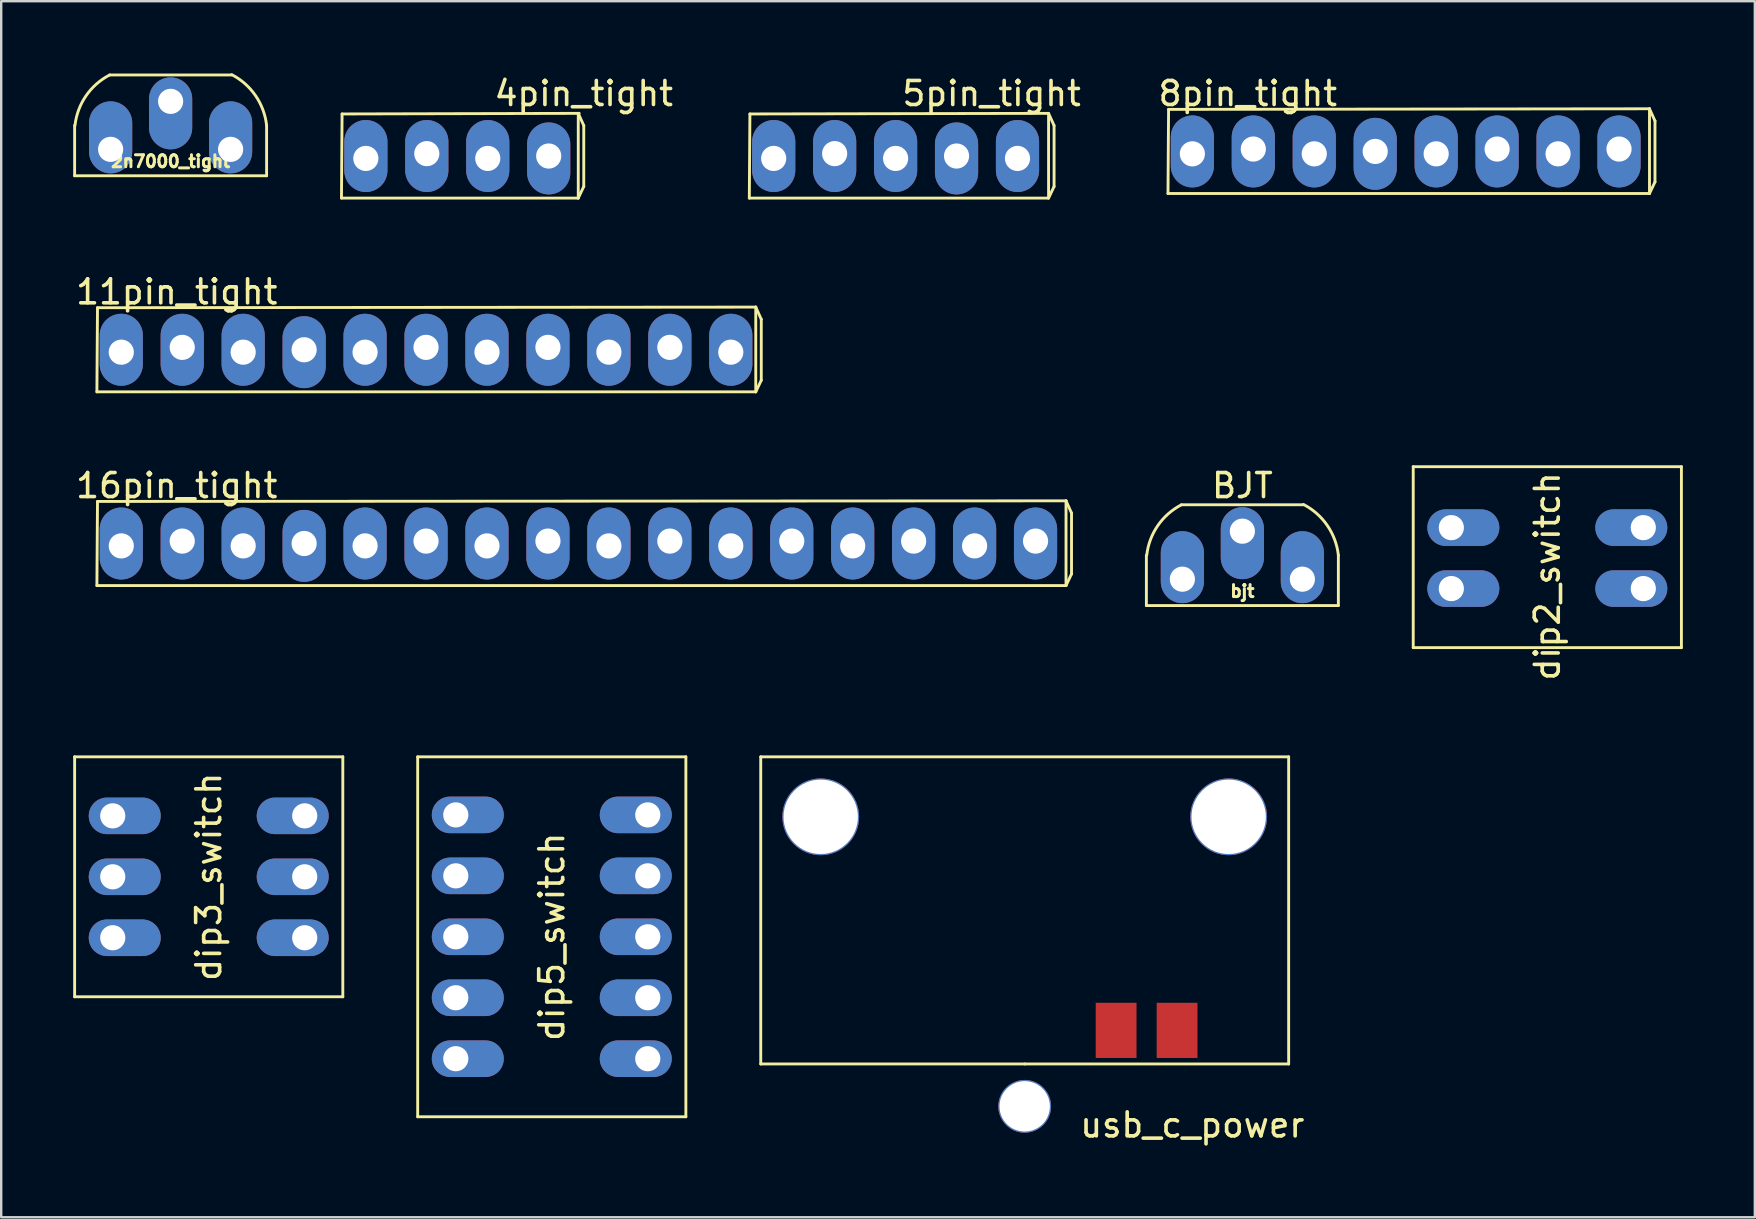
<source format=kicad_pcb>
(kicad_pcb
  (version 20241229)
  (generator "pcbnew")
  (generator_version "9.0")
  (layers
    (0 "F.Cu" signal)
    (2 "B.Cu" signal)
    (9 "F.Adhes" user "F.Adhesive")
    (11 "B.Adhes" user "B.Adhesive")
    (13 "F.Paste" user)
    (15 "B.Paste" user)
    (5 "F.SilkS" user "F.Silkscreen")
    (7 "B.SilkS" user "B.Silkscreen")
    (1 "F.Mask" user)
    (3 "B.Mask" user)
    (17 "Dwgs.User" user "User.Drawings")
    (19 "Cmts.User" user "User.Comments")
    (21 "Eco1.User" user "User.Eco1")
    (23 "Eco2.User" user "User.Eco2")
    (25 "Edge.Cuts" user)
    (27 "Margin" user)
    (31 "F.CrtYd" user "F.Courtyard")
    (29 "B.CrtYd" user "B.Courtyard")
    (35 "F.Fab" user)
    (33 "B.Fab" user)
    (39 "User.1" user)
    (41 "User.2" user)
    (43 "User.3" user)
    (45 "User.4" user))
  (footprint "11pin_tight"
    (layer "F.Cu")
    (at 2.004 11.526)
    (property "Reference" "11pin_tight" (at 2.311 -2.413 0) (layer "F.SilkS") (effects (font (size 1 1) (thickness 0.15))))
    (attr through_hole)
    (fp_line (start -1.016 1.753) (end -0.991 -1.753) (stroke (width 0.12) (type solid)) (layer "F.SilkS"))
    (fp_line (start -0.991 -1.753) (end 26.441 -1.778) (stroke (width 0.12) (type solid)) (layer "F.SilkS"))
    (fp_line (start 26.441 -1.778) (end 26.441 1.753) (stroke (width 0.12) (type solid)) (layer "F.SilkS"))
    (fp_line (start 26.441 1.753) (end -1.016 1.753) (stroke (width 0.12) (type solid)) (layer "F.SilkS"))
    (fp_line (start 26.67 -1.27) (end 26.441 -1.778) (stroke (width 0.12) (type solid)) (layer "F.SilkS"))
    (fp_line (start 26.67 -1.27) (end 26.67 1.27) (stroke (width 0.12) (type solid)) (layer "F.SilkS"))
    (fp_line (start 26.67 1.27) (end 26.441 1.753) (stroke (width 0.12) (type solid)) (layer "F.SilkS"))
    (pad "1" thru_hole oval (at 0 0.1) (size 1.8 3) (drill 1.05 (offset 0 -0.1)) (layers "*.Cu" "*.Mask"))
    (pad "2" thru_hole oval (at 2.54 -0.1) (size 1.8 3) (drill 1.05 (offset 0 0.1)) (layers "*.Cu" "*.Mask"))
    (pad "3" thru_hole oval (at 5.08 0.1) (size 1.8 3) (drill 1.05 (offset 0 -0.1)) (layers "*.Cu" "*.Mask"))
    (pad "4" thru_hole oval (at 7.62 0) (size 1.8 3) (drill 1.05 (offset 0 0.1)) (layers "*.Cu" "*.Mask"))
    (pad "5" thru_hole oval (at 10.16 0.1) (size 1.8 3) (drill 1.05 (offset 0 -0.1)) (layers "*.Cu" "*.Mask"))
    (pad "6" thru_hole oval (at 12.7 -0.1) (size 1.8 3) (drill 1.05 (offset 0 0.1)) (layers "*.Cu" "*.Mask"))
    (pad "7" thru_hole oval (at 15.24 0.1) (size 1.8 3) (drill 1.05 (offset 0 -0.1)) (layers "*.Cu" "*.Mask"))
    (pad "8" thru_hole oval (at 17.78 -0.1) (size 1.8 3) (drill 1.05 (offset 0 0.1)) (layers "*.Cu" "*.Mask"))
    (pad "9" thru_hole oval (at 20.32 0.1) (size 1.8 3) (drill 1.05 (offset 0 -0.1)) (layers "*.Cu" "*.Mask"))
    (pad "10" thru_hole oval (at 22.86 -0.1) (size 1.8 3) (drill 1.05 (offset 0 0.1)) (layers "*.Cu" "*.Mask"))
    (pad "11" thru_hole oval (at 25.4 0.1) (size 1.8 3) (drill 1.05 (offset 0 -0.1)) (layers "*.Cu" "*.Mask")))
  (footprint "4pin_tight"
    (layer "F.Cu")
    (at 12.196 3.452)
    (property "Reference" "4pin_tight" (at 9.081 -2.603 0) (layer "F.SilkS") (effects (font (size 1 1) (thickness 0.15))))
    (attr through_hole)
    (fp_line (start -1.016 1.753) (end -0.991 -1.753) (stroke (width 0.12) (type solid)) (layer "F.SilkS"))
    (fp_line (start -0.991 -1.753) (end 8.89 -1.778) (stroke (width 0.12) (type solid)) (layer "F.SilkS"))
    (fp_line (start 8.852 -1.778) (end 8.852 1.753) (stroke (width 0.12) (type solid)) (layer "F.SilkS"))
    (fp_line (start 8.852 1.753) (end -1.016 1.753) (stroke (width 0.12) (type solid)) (layer "F.SilkS"))
    (fp_line (start 9.081 -1.27) (end 8.852 -1.778) (stroke (width 0.12) (type solid)) (layer "F.SilkS"))
    (fp_line (start 9.081 -1.27) (end 9.081 1.27) (stroke (width 0.12) (type solid)) (layer "F.SilkS"))
    (fp_line (start 9.081 1.27) (end 8.852 1.753) (stroke (width 0.12) (type solid)) (layer "F.SilkS"))
    (pad "1" thru_hole oval (at 0 0.1) (size 1.8 3) (drill 1.05 (offset 0 -0.1)) (layers "*.Cu" "*.Mask"))
    (pad "2" thru_hole oval (at 2.54 -0.1) (size 1.8 3) (drill 1.05 (offset 0 0.1)) (layers "*.Cu" "*.Mask"))
    (pad "3" thru_hole oval (at 5.08 0.1) (size 1.8 3) (drill 1.05 (offset 0 -0.1)) (layers "*.Cu" "*.Mask"))
    (pad "4" thru_hole oval (at 7.62 0) (size 1.8 3) (drill 1.05 (offset 0 0.1)) (layers "*.Cu" "*.Mask")))
  (footprint "5pin_tight"
    (layer "F.Cu")
    (at 29.192 3.452)
    (property "Reference" "5pin_tight" (at 9.081 -2.603 0) (layer "F.SilkS") (effects (font (size 1 1) (thickness 0.15))))
    (attr through_hole)
    (fp_line (start -1.016 1.753) (end -0.991 -1.753) (stroke (width 0.12) (type solid)) (layer "F.SilkS"))
    (fp_line (start -0.991 -1.753) (end 11.43 -1.778) (stroke (width 0.12) (type solid)) (layer "F.SilkS"))
    (fp_line (start 11.43 1.753) (end -1.016 1.753) (stroke (width 0.12) (type solid)) (layer "F.SilkS"))
    (fp_line (start 11.455 -1.778) (end 11.455 1.753) (stroke (width 0.12) (type solid)) (layer "F.SilkS"))
    (fp_line (start 11.684 -1.27) (end 11.455 -1.778) (stroke (width 0.12) (type solid)) (layer "F.SilkS"))
    (fp_line (start 11.684 -1.27) (end 11.684 1.27) (stroke (width 0.12) (type solid)) (layer "F.SilkS"))
    (fp_line (start 11.684 1.27) (end 11.455 1.753) (stroke (width 0.12) (type solid)) (layer "F.SilkS"))
    (pad "1" thru_hole oval (at 0 0.1) (size 1.8 3) (drill 1.05 (offset 0 -0.1)) (layers "*.Cu" "*.Mask"))
    (pad "2" thru_hole oval (at 2.54 -0.1) (size 1.8 3) (drill 1.05 (offset 0 0.1)) (layers "*.Cu" "*.Mask"))
    (pad "3" thru_hole oval (at 5.08 0.1) (size 1.8 3) (drill 1.05 (offset 0 -0.1)) (layers "*.Cu" "*.Mask"))
    (pad "4" thru_hole oval (at 7.62 0) (size 1.8 3) (drill 1.05 (offset 0 0.1)) (layers "*.Cu" "*.Mask"))
    (pad "5" thru_hole oval (at 10.16 0.1) (size 1.8 3) (drill 1.05 (offset 0 -0.1)) (layers "*.Cu" "*.Mask")))
  (footprint "8pin_tight"
    (layer "F.Cu")
    (at 46.639 3.261)
    (property "Reference" "8pin_tight" (at 2.311 -2.413 0) (layer "F.SilkS") (effects (font (size 1 1) (thickness 0.15))))
    (attr through_hole)
    (fp_line (start -1.016 1.753) (end -0.991 -1.753) (stroke (width 0.12) (type solid)) (layer "F.SilkS"))
    (fp_line (start -0.991 -1.753) (end 19.05 -1.778) (stroke (width 0.12) (type solid)) (layer "F.SilkS"))
    (fp_line (start 19.05 -1.778) (end 19.05 1.753) (stroke (width 0.12) (type solid)) (layer "F.SilkS"))
    (fp_line (start 19.05 1.753) (end -1.016 1.753) (stroke (width 0.12) (type solid)) (layer "F.SilkS"))
    (fp_line (start 19.279 -1.27) (end 19.05 -1.778) (stroke (width 0.12) (type solid)) (layer "F.SilkS"))
    (fp_line (start 19.279 -1.27) (end 19.279 1.27) (stroke (width 0.12) (type solid)) (layer "F.SilkS"))
    (fp_line (start 19.279 1.27) (end 19.05 1.753) (stroke (width 0.12) (type solid)) (layer "F.SilkS"))
    (pad "1" thru_hole oval (at 0 0.1) (size 1.8 3) (drill 1.05 (offset 0 -0.1)) (layers "*.Cu" "*.Mask"))
    (pad "2" thru_hole oval (at 2.54 -0.1) (size 1.8 3) (drill 1.05 (offset 0 0.1)) (layers "*.Cu" "*.Mask"))
    (pad "3" thru_hole oval (at 5.08 0.1) (size 1.8 3) (drill 1.05 (offset 0 -0.1)) (layers "*.Cu" "*.Mask"))
    (pad "4" thru_hole oval (at 7.62 0) (size 1.8 3) (drill 1.05 (offset 0 0.1)) (layers "*.Cu" "*.Mask"))
    (pad "5" thru_hole oval (at 10.16 0.1) (size 1.8 3) (drill 1.05 (offset 0 -0.1)) (layers "*.Cu" "*.Mask"))
    (pad "6" thru_hole oval (at 12.7 -0.1) (size 1.8 3) (drill 1.05 (offset 0 0.1)) (layers "*.Cu" "*.Mask"))
    (pad "7" thru_hole oval (at 15.24 0.1) (size 1.8 3) (drill 1.05 (offset 0 -0.1)) (layers "*.Cu" "*.Mask"))
    (pad "8" thru_hole oval (at 17.78 -0.1) (size 1.8 3) (drill 1.05 (offset 0 0.1)) (layers "*.Cu" "*.Mask")))
  (footprint "dip2_switch"
    (layer "F.Cu")
    (at 61.431 18.938)
    (property "Reference" "dip2_switch" (at 0 2.032 90) (layer "F.SilkS") (effects (font (size 1 1) (thickness 0.15))))
    (attr through_hole)
    (fp_line (start -5.588 -2.54) (end 5.588 -2.54) (stroke (width 0.12) (type solid)) (layer "F.SilkS"))
    (fp_line (start -5.588 5) (end -5.588 -2.54) (stroke (width 0.12) (type solid)) (layer "F.SilkS"))
    (fp_line (start 5.588 -2.54) (end 5.588 5) (stroke (width 0.12) (type solid)) (layer "F.SilkS"))
    (fp_line (start 5.588 5) (end -5.588 5) (stroke (width 0.12) (type solid)) (layer "F.SilkS"))
    (pad "1" thru_hole oval (at 4 2.54) (size 3 1.524) (drill 1.05 (offset -0.5 0)) (layers "*.Cu" "*.Mask"))
    (pad "2" thru_hole oval (at 4 0) (size 3 1.524) (drill 1.05 (offset -0.5 0)) (layers "*.Cu" "*.Mask"))
    (pad "3" thru_hole oval (at -4 0) (size 3 1.524) (drill 1.05 (offset 0.5 0)) (layers "*.Cu" "*.Mask"))
    (pad "4" thru_hole oval (at -4 2.54) (size 3 1.524) (drill 1.05 (offset 0.5 0)) (layers "*.Cu" "*.Mask")))
  (footprint "2n7000_tight"
    (layer "F.Cu")
    (at 4.06 2.174)
    (property "Reference" "2n7000_tight" (at 0 1.5 0) (layer "F.SilkS") (effects (font (size 0.5 0.5) (thickness 0.125))))
    (attr through_hole)
    (fp_line (start -4 2.1) (end -4 0) (stroke (width 0.12) (type solid)) (layer "F.SilkS"))
    (fp_line (start -2.54 -2.1) (end 2.54 -2.1) (stroke (width 0.12) (type solid)) (layer "F.SilkS"))
    (fp_line (start 4 0) (end 4 2.1) (stroke (width 0.12) (type solid)) (layer "F.SilkS"))
    (fp_line (start 4 2.1) (end -4 2.1) (stroke (width 0.12) (type solid)) (layer "F.SilkS"))
    (fp_arc (start -3.984883 0.00168) (mid -3.526081 -1.23041) (end -2.539999 -2.099999) (stroke (width 0.12) (type solid)) (layer "F.SilkS"))
    (fp_arc (start 2.546981 -2.113512) (mid 3.538615 -1.239027) (end 4 0) (stroke (width 0.12) (type solid)) (layer "F.SilkS"))
    (pad "1" thru_hole oval (at -2.5 1) (size 1.8 3) (drill 1.05 (offset 0 -0.5)) (layers "*.Cu" "*.Mask"))
    (pad "2" thru_hole oval (at 0 -1) (size 1.8 3) (drill 1.05 (offset 0 0.5)) (layers "*.Cu" "*.Mask"))
    (pad "3" thru_hole oval (at 2.5 1) (size 1.8 3) (drill 1.05 (offset 0 -0.5)) (layers "*.Cu" "*.Mask")))
  (footprint "usb_c_power"
    (layer "F.Cu")
    (at 39.652 41.289)
    (property "Reference" "usb_c_power" (at 6.985 2.54 0) (layer "F.SilkS") (effects (font (size 1 1) (thickness 0.15))))
    (attr through_hole)
    (fp_line (start -11 -12.8) (end -11 0) (stroke (width 0.12) (type solid)) (layer "F.SilkS"))
    (fp_line (start 0 0) (end -11 0) (stroke (width 0.12) (type solid)) (layer "F.SilkS"))
    (fp_line (start 0 0) (end 11 0) (stroke (width 0.12) (type solid)) (layer "F.SilkS"))
    (fp_line (start 11 -12.8) (end -11 -12.8) (stroke (width 0.12) (type solid)) (layer "F.SilkS"))
    (fp_line (start 11 0) (end 11 -12.8) (stroke (width 0.12) (type solid)) (layer "F.SilkS"))
    (pad "" np_thru_hole circle (at -8.5 -10.3) (size 3.2 3.2) (drill 3.1) (layers "*.Cu" "*.Mask"))
    (pad "" np_thru_hole circle (at 0 1.765) (size 2.2 2.2) (drill 2.1) (layers "*.Cu" "*.Mask"))
    (pad "" np_thru_hole circle (at 8.5 -10.3) (size 3.2 3.2) (drill 3.1) (layers "*.Cu" "*.Mask"))
    (pad "5v" smd rect (at 6.35 -1.4) (size 1.7 2.3) (layers "F.Cu" "F.Mask" "F.Paste"))
    (pad "gnd" smd rect (at 3.81 -1.4) (size 1.7 2.3) (layers "F.Cu" "F.Mask" "F.Paste")))
  (footprint "dip5_switch"
    (layer "F.Cu")
    (at 19.944 35.989)
    (property "Reference" "dip5_switch" (at 0 0 90) (layer "F.SilkS") (effects (font (size 1 1) (thickness 0.15))))
    (attr through_hole)
    (fp_line (start -5.588 -7.5) (end 5.588 -7.5) (stroke (width 0.12) (type solid)) (layer "F.SilkS"))
    (fp_line (start -5.588 7.5) (end -5.588 -7.5) (stroke (width 0.12) (type solid)) (layer "F.SilkS"))
    (fp_line (start 5.588 -7.5) (end 5.588 7.5) (stroke (width 0.12) (type solid)) (layer "F.SilkS"))
    (fp_line (start 5.588 7.5) (end -5.588 7.5) (stroke (width 0.12) (type solid)) (layer "F.SilkS"))
    (pad "1" thru_hole oval (at 4 5.08) (size 3 1.524) (drill 1.05 (offset -0.5 0)) (layers "*.Cu" "*.Mask"))
    (pad "2" thru_hole oval (at 4 2.54) (size 3 1.524) (drill 1.05 (offset -0.5 0)) (layers "*.Cu" "*.Mask"))
    (pad "3" thru_hole oval (at 4 0) (size 3 1.524) (drill 1.05 (offset -0.5 0)) (layers "*.Cu" "*.Mask"))
    (pad "4" thru_hole oval (at 4 -2.54) (size 3 1.524) (drill 1.05 (offset -0.5 0)) (layers "*.Cu" "*.Mask"))
    (pad "5" thru_hole oval (at 4 -5.08) (size 3 1.524) (drill 1.05 (offset -0.5 0)) (layers "*.Cu" "*.Mask"))
    (pad "6" thru_hole oval (at -4 -5.08) (size 3 1.524) (drill 1.05 (offset 0.5 0)) (layers "*.Cu" "*.Mask"))
    (pad "7" thru_hole oval (at -4 -2.54) (size 3 1.524) (drill 1.05 (offset 0.5 0)) (layers "*.Cu" "*.Mask"))
    (pad "8" thru_hole oval (at -4 0) (size 3 1.524) (drill 1.05 (offset 0.5 0)) (layers "*.Cu" "*.Mask"))
    (pad "9" thru_hole oval (at -4 2.54) (size 3 1.524) (drill 1.05 (offset 0.5 0)) (layers "*.Cu" "*.Mask"))
    (pad "10" thru_hole oval (at -4 5.08) (size 3 1.524) (drill 1.05 (offset 0.5 0)) (layers "*.Cu" "*.Mask")))
  (footprint "bjt"
    (layer "F.Cu")
    (at 48.723 20.086)
    (property "Reference" "bjt" (at 0 1.5 0) (layer "F.SilkS") (effects (font (size 0.5 0.5) (thickness 0.125))))
    (attr through_hole)
    (fp_line (start -4 2.1) (end -4 0) (stroke (width 0.12) (type solid)) (layer "F.SilkS"))
    (fp_line (start -2.54 -2.1) (end 2.54 -2.1) (stroke (width 0.12) (type solid)) (layer "F.SilkS"))
    (fp_line (start 4 0) (end 4 2.1) (stroke (width 0.12) (type solid)) (layer "F.SilkS"))
    (fp_line (start 4 2.1) (end -4 2.1) (stroke (width 0.12) (type solid)) (layer "F.SilkS"))
    (fp_arc (start -3.984883 0.00168) (mid -3.526081 -1.23041) (end -2.539999 -2.099999) (stroke (width 0.12) (type solid)) (layer "F.SilkS"))
    (fp_arc (start 2.546981 -2.113512) (mid 3.538615 -1.239027) (end 4 0) (stroke (width 0.12) (type solid)) (layer "F.SilkS"))
    (fp_text user "BJT" (at 0 -2.9 0) (layer "F.SilkS") (effects (font (size 1 1) (thickness 0.15))))
    (pad "1" thru_hole oval (at -2.5 1) (size 1.8 3) (drill 1.05 (offset 0 -0.5)) (layers "*.Cu" "*.Mask"))
    (pad "2" thru_hole oval (at 0 -1) (size 1.8 3) (drill 1.05 (offset 0 0.5)) (layers "*.Cu" "*.Mask"))
    (pad "3" thru_hole oval (at 2.5 1) (size 1.8 3) (drill 1.05 (offset 0 -0.5)) (layers "*.Cu" "*.Mask")))
  (footprint "dip3_switch"
    (layer "F.Cu")
    (at 5.648 33.489)
    (property "Reference" "dip3_switch" (at 0 0 90) (layer "F.SilkS") (effects (font (size 1 1) (thickness 0.15))))
    (attr through_hole)
    (fp_line (start -5.588 -5) (end 5.588 -5) (stroke (width 0.12) (type solid)) (layer "F.SilkS"))
    (fp_line (start -5.588 5) (end -5.588 -5) (stroke (width 0.12) (type solid)) (layer "F.SilkS"))
    (fp_line (start 5.588 -5) (end 5.588 5) (stroke (width 0.12) (type solid)) (layer "F.SilkS"))
    (fp_line (start 5.588 5) (end -5.588 5) (stroke (width 0.12) (type solid)) (layer "F.SilkS"))
    (pad "1" thru_hole oval (at 4 2.54) (size 3 1.524) (drill 1.05 (offset -0.5 0)) (layers "*.Cu" "*.Mask"))
    (pad "2" thru_hole oval (at 4 0) (size 3 1.524) (drill 1.05 (offset -0.5 0)) (layers "*.Cu" "*.Mask"))
    (pad "3" thru_hole oval (at 4 -2.54) (size 3 1.524) (drill 1.05 (offset -0.5 0)) (layers "*.Cu" "*.Mask"))
    (pad "4" thru_hole oval (at -4 -2.54) (size 3 1.524) (drill 1.05 (offset 0.5 0)) (layers "*.Cu" "*.Mask"))
    (pad "5" thru_hole oval (at -4 0) (size 3 1.524) (drill 1.05 (offset 0.5 0)) (layers "*.Cu" "*.Mask"))
    (pad "6" thru_hole oval (at -4 2.54) (size 3 1.524) (drill 1.05 (offset 0.5 0)) (layers "*.Cu" "*.Mask")))
  (footprint "16pin_tight"
    (layer "F.Cu")
    (at 2.004 19.599)
    (property "Reference" "16pin_tight" (at 2.311 -2.413 0) (layer "F.SilkS") (effects (font (size 1 1) (thickness 0.15))))
    (attr through_hole)
    (fp_line (start -1.016 1.753) (end -0.991 -1.753) (stroke (width 0.12) (type solid)) (layer "F.SilkS"))
    (fp_line (start -0.991 -1.753) (end 39.37 -1.778) (stroke (width 0.12) (type solid)) (layer "F.SilkS"))
    (fp_line (start 39.37 -1.778) (end 39.37 1.753) (stroke (width 0.12) (type solid)) (layer "F.SilkS"))
    (fp_line (start 39.37 1.753) (end -1.016 1.753) (stroke (width 0.12) (type solid)) (layer "F.SilkS"))
    (fp_line (start 39.599 -1.27) (end 39.37 -1.778) (stroke (width 0.12) (type solid)) (layer "F.SilkS"))
    (fp_line (start 39.599 -1.27) (end 39.599 1.27) (stroke (width 0.12) (type solid)) (layer "F.SilkS"))
    (fp_line (start 39.599 1.27) (end 39.37 1.753) (stroke (width 0.12) (type solid)) (layer "F.SilkS"))
    (pad "1" thru_hole oval (at 0 0.1) (size 1.8 3) (drill 1.05 (offset 0 -0.1)) (layers "*.Cu" "*.Mask"))
    (pad "2" thru_hole oval (at 2.54 -0.1) (size 1.8 3) (drill 1.05 (offset 0 0.1)) (layers "*.Cu" "*.Mask"))
    (pad "3" thru_hole oval (at 5.08 0.1) (size 1.8 3) (drill 1.05 (offset 0 -0.1)) (layers "*.Cu" "*.Mask"))
    (pad "4" thru_hole oval (at 7.62 0) (size 1.8 3) (drill 1.05 (offset 0 0.1)) (layers "*.Cu" "*.Mask"))
    (pad "5" thru_hole oval (at 10.16 0.1) (size 1.8 3) (drill 1.05 (offset 0 -0.1)) (layers "*.Cu" "*.Mask"))
    (pad "6" thru_hole oval (at 12.7 -0.1) (size 1.8 3) (drill 1.05 (offset 0 0.1)) (layers "*.Cu" "*.Mask"))
    (pad "7" thru_hole oval (at 15.24 0.1) (size 1.8 3) (drill 1.05 (offset 0 -0.1)) (layers "*.Cu" "*.Mask"))
    (pad "8" thru_hole oval (at 17.78 -0.1) (size 1.8 3) (drill 1.05 (offset 0 0.1)) (layers "*.Cu" "*.Mask"))
    (pad "9" thru_hole oval (at 20.32 0.1) (size 1.8 3) (drill 1.05 (offset 0 -0.1)) (layers "*.Cu" "*.Mask"))
    (pad "10" thru_hole oval (at 22.86 -0.1) (size 1.8 3) (drill 1.05 (offset 0 0.1)) (layers "*.Cu" "*.Mask"))
    (pad "11" thru_hole oval (at 25.4 0.1) (size 1.8 3) (drill 1.05 (offset 0 -0.1)) (layers "*.Cu" "*.Mask"))
    (pad "12" thru_hole oval (at 27.94 -0.1) (size 1.8 3) (drill 1.05 (offset 0 0.1)) (layers "*.Cu" "*.Mask"))
    (pad "13" thru_hole oval (at 30.48 0.1) (size 1.8 3) (drill 1.05 (offset 0 -0.1)) (layers "*.Cu" "*.Mask"))
    (pad "14" thru_hole oval (at 33.02 -0.1) (size 1.8 3) (drill 1.05 (offset 0 0.1)) (layers "*.Cu" "*.Mask"))
    (pad "15" thru_hole oval (at 35.56 0.1) (size 1.8 3) (drill 1.05 (offset 0 -0.1)) (layers "*.Cu" "*.Mask"))
    (pad "16" thru_hole oval (at 38.1 -0.1) (size 1.8 3) (drill 1.05 (offset 0 0.1)) (layers "*.Cu" "*.Mask")))
  (gr_rect
    (start -3 -3)
    (end 70.079 47.677)
    (stroke (width 0.1) (type default))
    (fill no)
    (layer "Edge.Cuts")))
</source>
